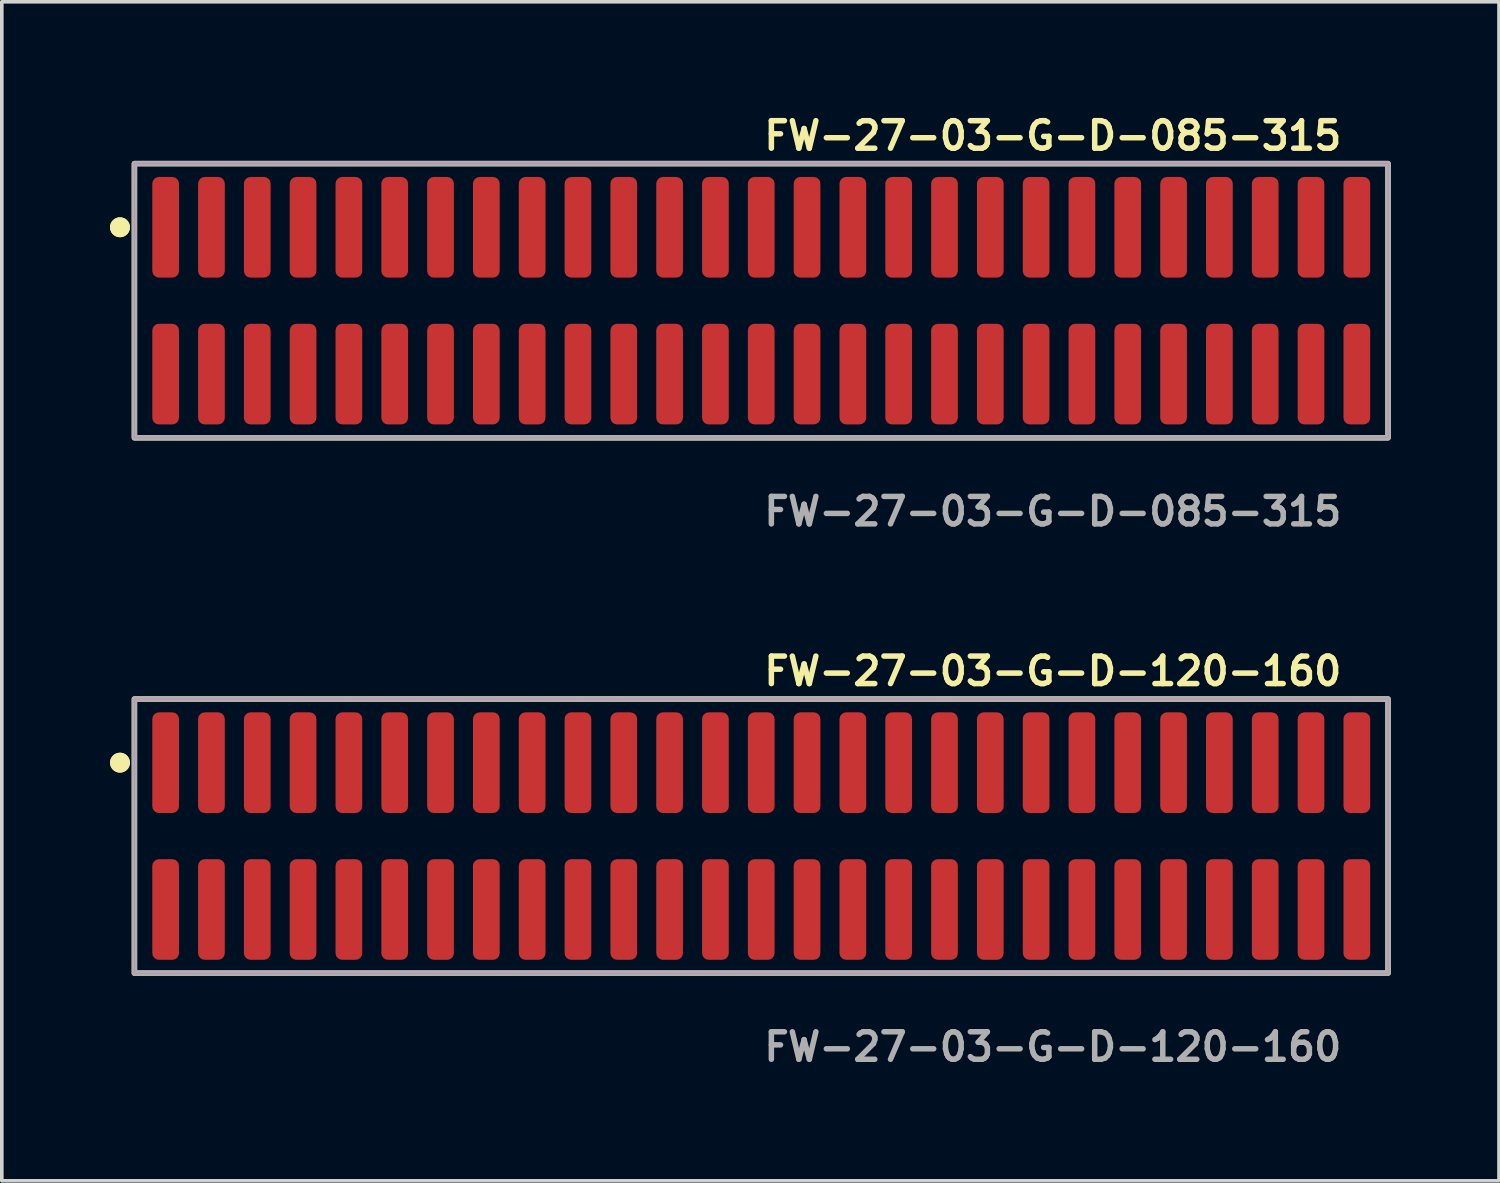
<source format=kicad_pcb>
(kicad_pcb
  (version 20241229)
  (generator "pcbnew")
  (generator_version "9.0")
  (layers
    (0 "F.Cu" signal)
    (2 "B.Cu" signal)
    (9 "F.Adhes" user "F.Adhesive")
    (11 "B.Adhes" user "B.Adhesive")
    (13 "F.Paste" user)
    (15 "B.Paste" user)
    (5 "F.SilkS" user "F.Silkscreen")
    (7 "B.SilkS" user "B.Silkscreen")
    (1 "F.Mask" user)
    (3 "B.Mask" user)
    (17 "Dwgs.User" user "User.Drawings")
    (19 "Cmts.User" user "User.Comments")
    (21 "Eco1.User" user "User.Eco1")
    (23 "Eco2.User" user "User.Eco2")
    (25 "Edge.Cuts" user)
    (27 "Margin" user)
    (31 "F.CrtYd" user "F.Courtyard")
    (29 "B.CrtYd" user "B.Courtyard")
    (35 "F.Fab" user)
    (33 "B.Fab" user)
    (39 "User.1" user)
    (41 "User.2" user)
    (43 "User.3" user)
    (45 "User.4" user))
  (footprint "FW-27-03-G-D-120-160"
    (layer "F.Cu")
    (at 18.051 20.126)
    (property "Reference" "FW-27-03-G-D-120-160" (at 0 -4.572 0) (unlocked yes) (layer "F.SilkS") (effects (font (size 0.762 0.762) (thickness 0.152)) (justify left)))
    (fp_rect (start -17.375 3.8) (end 17.375 -3.8) (stroke (width 0.152) (type solid)) (fill no) (layer "F.SilkS"))
    (fp_circle (center -17.775 -2.035) (end -17.975 -2.035) (stroke (width 0.152) (type solid)) (fill yes) (layer "F.SilkS"))
    (fp_circle (center -17.775 -2.035) (end -17.975 -2.035) (stroke (width 0.152) (type solid)) (fill yes) (layer "F.SilkS"))
    (fp_rect (start -17.375 3.8) (end 17.375 -3.8) (stroke (width 0.006) (type solid)) (fill no) (layer "F.CrtYd"))
    (fp_rect (start -17.375 3.8) (end 17.375 -3.8) (stroke (width 0.152) (type solid)) (fill no) (layer "F.Fab"))
    (fp_text user "${REFERENCE}" (at 0 5.842 0) (unlocked yes) (layer "F.Fab") (effects (font (size 0.762 0.762) (thickness 0.152)) (justify left)))
    (pad "1" smd roundrect (at -16.51 -2.035) (size 0.74 2.79) (layers "F.Cu" "F.Paste") (roundrect_rratio 0.25))
    (pad "2" smd roundrect (at -16.51 2.035) (size 0.74 2.79) (layers "F.Cu" "F.Paste") (roundrect_rratio 0.25))
    (pad "3" smd roundrect (at -15.24 -2.035) (size 0.74 2.79) (layers "F.Cu" "F.Paste") (roundrect_rratio 0.25))
    (pad "4" smd roundrect (at -15.24 2.035) (size 0.74 2.79) (layers "F.Cu" "F.Paste") (roundrect_rratio 0.25))
    (pad "5" smd roundrect (at -13.97 -2.035) (size 0.74 2.79) (layers "F.Cu" "F.Paste") (roundrect_rratio 0.25))
    (pad "6" smd roundrect (at -13.97 2.035) (size 0.74 2.79) (layers "F.Cu" "F.Paste") (roundrect_rratio 0.25))
    (pad "7" smd roundrect (at -12.7 -2.035) (size 0.74 2.79) (layers "F.Cu" "F.Paste") (roundrect_rratio 0.25))
    (pad "8" smd roundrect (at -12.7 2.035) (size 0.74 2.79) (layers "F.Cu" "F.Paste") (roundrect_rratio 0.25))
    (pad "9" smd roundrect (at -11.43 -2.035) (size 0.74 2.79) (layers "F.Cu" "F.Paste") (roundrect_rratio 0.25))
    (pad "10" smd roundrect (at -11.43 2.035) (size 0.74 2.79) (layers "F.Cu" "F.Paste") (roundrect_rratio 0.25))
    (pad "11" smd roundrect (at -10.16 -2.035) (size 0.74 2.79) (layers "F.Cu" "F.Paste") (roundrect_rratio 0.25))
    (pad "12" smd roundrect (at -10.16 2.035) (size 0.74 2.79) (layers "F.Cu" "F.Paste") (roundrect_rratio 0.25))
    (pad "13" smd roundrect (at -8.89 -2.035) (size 0.74 2.79) (layers "F.Cu" "F.Paste") (roundrect_rratio 0.25))
    (pad "14" smd roundrect (at -8.89 2.035) (size 0.74 2.79) (layers "F.Cu" "F.Paste") (roundrect_rratio 0.25))
    (pad "15" smd roundrect (at -7.62 -2.035) (size 0.74 2.79) (layers "F.Cu" "F.Paste") (roundrect_rratio 0.25))
    (pad "16" smd roundrect (at -7.62 2.035) (size 0.74 2.79) (layers "F.Cu" "F.Paste") (roundrect_rratio 0.25))
    (pad "17" smd roundrect (at -6.35 -2.035) (size 0.74 2.79) (layers "F.Cu" "F.Paste") (roundrect_rratio 0.25))
    (pad "18" smd roundrect (at -6.35 2.035) (size 0.74 2.79) (layers "F.Cu" "F.Paste") (roundrect_rratio 0.25))
    (pad "19" smd roundrect (at -5.08 -2.035) (size 0.74 2.79) (layers "F.Cu" "F.Paste") (roundrect_rratio 0.25))
    (pad "20" smd roundrect (at -5.08 2.035) (size 0.74 2.79) (layers "F.Cu" "F.Paste") (roundrect_rratio 0.25))
    (pad "21" smd roundrect (at -3.81 -2.035) (size 0.74 2.79) (layers "F.Cu" "F.Paste") (roundrect_rratio 0.25))
    (pad "22" smd roundrect (at -3.81 2.035) (size 0.74 2.79) (layers "F.Cu" "F.Paste") (roundrect_rratio 0.25))
    (pad "23" smd roundrect (at -2.54 -2.035) (size 0.74 2.79) (layers "F.Cu" "F.Paste") (roundrect_rratio 0.25))
    (pad "24" smd roundrect (at -2.54 2.035) (size 0.74 2.79) (layers "F.Cu" "F.Paste") (roundrect_rratio 0.25))
    (pad "25" smd roundrect (at -1.27 -2.035) (size 0.74 2.79) (layers "F.Cu" "F.Paste") (roundrect_rratio 0.25))
    (pad "26" smd roundrect (at -1.27 2.035) (size 0.74 2.79) (layers "F.Cu" "F.Paste") (roundrect_rratio 0.25))
    (pad "27" smd roundrect (at 0 -2.035) (size 0.74 2.79) (layers "F.Cu" "F.Paste") (roundrect_rratio 0.25))
    (pad "28" smd roundrect (at 0 2.035) (size 0.74 2.79) (layers "F.Cu" "F.Paste") (roundrect_rratio 0.25))
    (pad "29" smd roundrect (at 1.27 -2.035) (size 0.74 2.79) (layers "F.Cu" "F.Paste") (roundrect_rratio 0.25))
    (pad "30" smd roundrect (at 1.27 2.035) (size 0.74 2.79) (layers "F.Cu" "F.Paste") (roundrect_rratio 0.25))
    (pad "31" smd roundrect (at 2.54 -2.035) (size 0.74 2.79) (layers "F.Cu" "F.Paste") (roundrect_rratio 0.25))
    (pad "32" smd roundrect (at 2.54 2.035) (size 0.74 2.79) (layers "F.Cu" "F.Paste") (roundrect_rratio 0.25))
    (pad "33" smd roundrect (at 3.81 -2.035) (size 0.74 2.79) (layers "F.Cu" "F.Paste") (roundrect_rratio 0.25))
    (pad "34" smd roundrect (at 3.81 2.035) (size 0.74 2.79) (layers "F.Cu" "F.Paste") (roundrect_rratio 0.25))
    (pad "35" smd roundrect (at 5.08 -2.035) (size 0.74 2.79) (layers "F.Cu" "F.Paste") (roundrect_rratio 0.25))
    (pad "36" smd roundrect (at 5.08 2.035) (size 0.74 2.79) (layers "F.Cu" "F.Paste") (roundrect_rratio 0.25))
    (pad "37" smd roundrect (at 6.35 -2.035) (size 0.74 2.79) (layers "F.Cu" "F.Paste") (roundrect_rratio 0.25))
    (pad "38" smd roundrect (at 6.35 2.035) (size 0.74 2.79) (layers "F.Cu" "F.Paste") (roundrect_rratio 0.25))
    (pad "39" smd roundrect (at 7.62 -2.035) (size 0.74 2.79) (layers "F.Cu" "F.Paste") (roundrect_rratio 0.25))
    (pad "40" smd roundrect (at 7.62 2.035) (size 0.74 2.79) (layers "F.Cu" "F.Paste") (roundrect_rratio 0.25))
    (pad "41" smd roundrect (at 8.89 -2.035) (size 0.74 2.79) (layers "F.Cu" "F.Paste") (roundrect_rratio 0.25))
    (pad "42" smd roundrect (at 8.89 2.035) (size 0.74 2.79) (layers "F.Cu" "F.Paste") (roundrect_rratio 0.25))
    (pad "43" smd roundrect (at 10.16 -2.035) (size 0.74 2.79) (layers "F.Cu" "F.Paste") (roundrect_rratio 0.25))
    (pad "44" smd roundrect (at 10.16 2.035) (size 0.74 2.79) (layers "F.Cu" "F.Paste") (roundrect_rratio 0.25))
    (pad "45" smd roundrect (at 11.43 -2.035) (size 0.74 2.79) (layers "F.Cu" "F.Paste") (roundrect_rratio 0.25))
    (pad "46" smd roundrect (at 11.43 2.035) (size 0.74 2.79) (layers "F.Cu" "F.Paste") (roundrect_rratio 0.25))
    (pad "47" smd roundrect (at 12.7 -2.035) (size 0.74 2.79) (layers "F.Cu" "F.Paste") (roundrect_rratio 0.25))
    (pad "48" smd roundrect (at 12.7 2.035) (size 0.74 2.79) (layers "F.Cu" "F.Paste") (roundrect_rratio 0.25))
    (pad "49" smd roundrect (at 13.97 -2.035) (size 0.74 2.79) (layers "F.Cu" "F.Paste") (roundrect_rratio 0.25))
    (pad "50" smd roundrect (at 13.97 2.035) (size 0.74 2.79) (layers "F.Cu" "F.Paste") (roundrect_rratio 0.25))
    (pad "51" smd roundrect (at 15.24 -2.035) (size 0.74 2.79) (layers "F.Cu" "F.Paste") (roundrect_rratio 0.25))
    (pad "52" smd roundrect (at 15.24 2.035) (size 0.74 2.79) (layers "F.Cu" "F.Paste") (roundrect_rratio 0.25))
    (pad "53" smd roundrect (at 16.51 -2.035) (size 0.74 2.79) (layers "F.Cu" "F.Paste") (roundrect_rratio 0.25))
    (pad "54" smd roundrect (at 16.51 2.035) (size 0.74 2.79) (layers "F.Cu" "F.Paste") (roundrect_rratio 0.25)))
  (footprint "FW-27-03-G-D-085-315"
    (layer "F.Cu")
    (at 18.051 5.285)
    (property "Reference" "FW-27-03-G-D-085-315" (at 0 -4.572 0) (unlocked yes) (layer "F.SilkS") (effects (font (size 0.762 0.762) (thickness 0.152)) (justify left)))
    (fp_rect (start -17.375 3.8) (end 17.375 -3.8) (stroke (width 0.152) (type solid)) (fill no) (layer "F.SilkS"))
    (fp_circle (center -17.775 -2.035) (end -17.975 -2.035) (stroke (width 0.152) (type solid)) (fill yes) (layer "F.SilkS"))
    (fp_circle (center -17.775 -2.035) (end -17.975 -2.035) (stroke (width 0.152) (type solid)) (fill yes) (layer "F.SilkS"))
    (fp_rect (start -17.375 3.8) (end 17.375 -3.8) (stroke (width 0.006) (type solid)) (fill no) (layer "F.CrtYd"))
    (fp_rect (start -17.375 3.8) (end 17.375 -3.8) (stroke (width 0.152) (type solid)) (fill no) (layer "F.Fab"))
    (fp_text user "${REFERENCE}" (at 0 5.842 0) (unlocked yes) (layer "F.Fab") (effects (font (size 0.762 0.762) (thickness 0.152)) (justify left)))
    (pad "1" smd roundrect (at -16.51 -2.035) (size 0.74 2.79) (layers "F.Cu" "F.Paste") (roundrect_rratio 0.25))
    (pad "2" smd roundrect (at -16.51 2.035) (size 0.74 2.79) (layers "F.Cu" "F.Paste") (roundrect_rratio 0.25))
    (pad "3" smd roundrect (at -15.24 -2.035) (size 0.74 2.79) (layers "F.Cu" "F.Paste") (roundrect_rratio 0.25))
    (pad "4" smd roundrect (at -15.24 2.035) (size 0.74 2.79) (layers "F.Cu" "F.Paste") (roundrect_rratio 0.25))
    (pad "5" smd roundrect (at -13.97 -2.035) (size 0.74 2.79) (layers "F.Cu" "F.Paste") (roundrect_rratio 0.25))
    (pad "6" smd roundrect (at -13.97 2.035) (size 0.74 2.79) (layers "F.Cu" "F.Paste") (roundrect_rratio 0.25))
    (pad "7" smd roundrect (at -12.7 -2.035) (size 0.74 2.79) (layers "F.Cu" "F.Paste") (roundrect_rratio 0.25))
    (pad "8" smd roundrect (at -12.7 2.035) (size 0.74 2.79) (layers "F.Cu" "F.Paste") (roundrect_rratio 0.25))
    (pad "9" smd roundrect (at -11.43 -2.035) (size 0.74 2.79) (layers "F.Cu" "F.Paste") (roundrect_rratio 0.25))
    (pad "10" smd roundrect (at -11.43 2.035) (size 0.74 2.79) (layers "F.Cu" "F.Paste") (roundrect_rratio 0.25))
    (pad "11" smd roundrect (at -10.16 -2.035) (size 0.74 2.79) (layers "F.Cu" "F.Paste") (roundrect_rratio 0.25))
    (pad "12" smd roundrect (at -10.16 2.035) (size 0.74 2.79) (layers "F.Cu" "F.Paste") (roundrect_rratio 0.25))
    (pad "13" smd roundrect (at -8.89 -2.035) (size 0.74 2.79) (layers "F.Cu" "F.Paste") (roundrect_rratio 0.25))
    (pad "14" smd roundrect (at -8.89 2.035) (size 0.74 2.79) (layers "F.Cu" "F.Paste") (roundrect_rratio 0.25))
    (pad "15" smd roundrect (at -7.62 -2.035) (size 0.74 2.79) (layers "F.Cu" "F.Paste") (roundrect_rratio 0.25))
    (pad "16" smd roundrect (at -7.62 2.035) (size 0.74 2.79) (layers "F.Cu" "F.Paste") (roundrect_rratio 0.25))
    (pad "17" smd roundrect (at -6.35 -2.035) (size 0.74 2.79) (layers "F.Cu" "F.Paste") (roundrect_rratio 0.25))
    (pad "18" smd roundrect (at -6.35 2.035) (size 0.74 2.79) (layers "F.Cu" "F.Paste") (roundrect_rratio 0.25))
    (pad "19" smd roundrect (at -5.08 -2.035) (size 0.74 2.79) (layers "F.Cu" "F.Paste") (roundrect_rratio 0.25))
    (pad "20" smd roundrect (at -5.08 2.035) (size 0.74 2.79) (layers "F.Cu" "F.Paste") (roundrect_rratio 0.25))
    (pad "21" smd roundrect (at -3.81 -2.035) (size 0.74 2.79) (layers "F.Cu" "F.Paste") (roundrect_rratio 0.25))
    (pad "22" smd roundrect (at -3.81 2.035) (size 0.74 2.79) (layers "F.Cu" "F.Paste") (roundrect_rratio 0.25))
    (pad "23" smd roundrect (at -2.54 -2.035) (size 0.74 2.79) (layers "F.Cu" "F.Paste") (roundrect_rratio 0.25))
    (pad "24" smd roundrect (at -2.54 2.035) (size 0.74 2.79) (layers "F.Cu" "F.Paste") (roundrect_rratio 0.25))
    (pad "25" smd roundrect (at -1.27 -2.035) (size 0.74 2.79) (layers "F.Cu" "F.Paste") (roundrect_rratio 0.25))
    (pad "26" smd roundrect (at -1.27 2.035) (size 0.74 2.79) (layers "F.Cu" "F.Paste") (roundrect_rratio 0.25))
    (pad "27" smd roundrect (at 0 -2.035) (size 0.74 2.79) (layers "F.Cu" "F.Paste") (roundrect_rratio 0.25))
    (pad "28" smd roundrect (at 0 2.035) (size 0.74 2.79) (layers "F.Cu" "F.Paste") (roundrect_rratio 0.25))
    (pad "29" smd roundrect (at 1.27 -2.035) (size 0.74 2.79) (layers "F.Cu" "F.Paste") (roundrect_rratio 0.25))
    (pad "30" smd roundrect (at 1.27 2.035) (size 0.74 2.79) (layers "F.Cu" "F.Paste") (roundrect_rratio 0.25))
    (pad "31" smd roundrect (at 2.54 -2.035) (size 0.74 2.79) (layers "F.Cu" "F.Paste") (roundrect_rratio 0.25))
    (pad "32" smd roundrect (at 2.54 2.035) (size 0.74 2.79) (layers "F.Cu" "F.Paste") (roundrect_rratio 0.25))
    (pad "33" smd roundrect (at 3.81 -2.035) (size 0.74 2.79) (layers "F.Cu" "F.Paste") (roundrect_rratio 0.25))
    (pad "34" smd roundrect (at 3.81 2.035) (size 0.74 2.79) (layers "F.Cu" "F.Paste") (roundrect_rratio 0.25))
    (pad "35" smd roundrect (at 5.08 -2.035) (size 0.74 2.79) (layers "F.Cu" "F.Paste") (roundrect_rratio 0.25))
    (pad "36" smd roundrect (at 5.08 2.035) (size 0.74 2.79) (layers "F.Cu" "F.Paste") (roundrect_rratio 0.25))
    (pad "37" smd roundrect (at 6.35 -2.035) (size 0.74 2.79) (layers "F.Cu" "F.Paste") (roundrect_rratio 0.25))
    (pad "38" smd roundrect (at 6.35 2.035) (size 0.74 2.79) (layers "F.Cu" "F.Paste") (roundrect_rratio 0.25))
    (pad "39" smd roundrect (at 7.62 -2.035) (size 0.74 2.79) (layers "F.Cu" "F.Paste") (roundrect_rratio 0.25))
    (pad "40" smd roundrect (at 7.62 2.035) (size 0.74 2.79) (layers "F.Cu" "F.Paste") (roundrect_rratio 0.25))
    (pad "41" smd roundrect (at 8.89 -2.035) (size 0.74 2.79) (layers "F.Cu" "F.Paste") (roundrect_rratio 0.25))
    (pad "42" smd roundrect (at 8.89 2.035) (size 0.74 2.79) (layers "F.Cu" "F.Paste") (roundrect_rratio 0.25))
    (pad "43" smd roundrect (at 10.16 -2.035) (size 0.74 2.79) (layers "F.Cu" "F.Paste") (roundrect_rratio 0.25))
    (pad "44" smd roundrect (at 10.16 2.035) (size 0.74 2.79) (layers "F.Cu" "F.Paste") (roundrect_rratio 0.25))
    (pad "45" smd roundrect (at 11.43 -2.035) (size 0.74 2.79) (layers "F.Cu" "F.Paste") (roundrect_rratio 0.25))
    (pad "46" smd roundrect (at 11.43 2.035) (size 0.74 2.79) (layers "F.Cu" "F.Paste") (roundrect_rratio 0.25))
    (pad "47" smd roundrect (at 12.7 -2.035) (size 0.74 2.79) (layers "F.Cu" "F.Paste") (roundrect_rratio 0.25))
    (pad "48" smd roundrect (at 12.7 2.035) (size 0.74 2.79) (layers "F.Cu" "F.Paste") (roundrect_rratio 0.25))
    (pad "49" smd roundrect (at 13.97 -2.035) (size 0.74 2.79) (layers "F.Cu" "F.Paste") (roundrect_rratio 0.25))
    (pad "50" smd roundrect (at 13.97 2.035) (size 0.74 2.79) (layers "F.Cu" "F.Paste") (roundrect_rratio 0.25))
    (pad "51" smd roundrect (at 15.24 -2.035) (size 0.74 2.79) (layers "F.Cu" "F.Paste") (roundrect_rratio 0.25))
    (pad "52" smd roundrect (at 15.24 2.035) (size 0.74 2.79) (layers "F.Cu" "F.Paste") (roundrect_rratio 0.25))
    (pad "53" smd roundrect (at 16.51 -2.035) (size 0.74 2.79) (layers "F.Cu" "F.Paste") (roundrect_rratio 0.25))
    (pad "54" smd roundrect (at 16.51 2.035) (size 0.74 2.79) (layers "F.Cu" "F.Paste") (roundrect_rratio 0.25)))
  (gr_rect
    (start -3 -3)
    (end 38.502 29.681)
    (stroke (width 0.1) (type default))
    (fill no)
    (layer "Edge.Cuts")))
</source>
